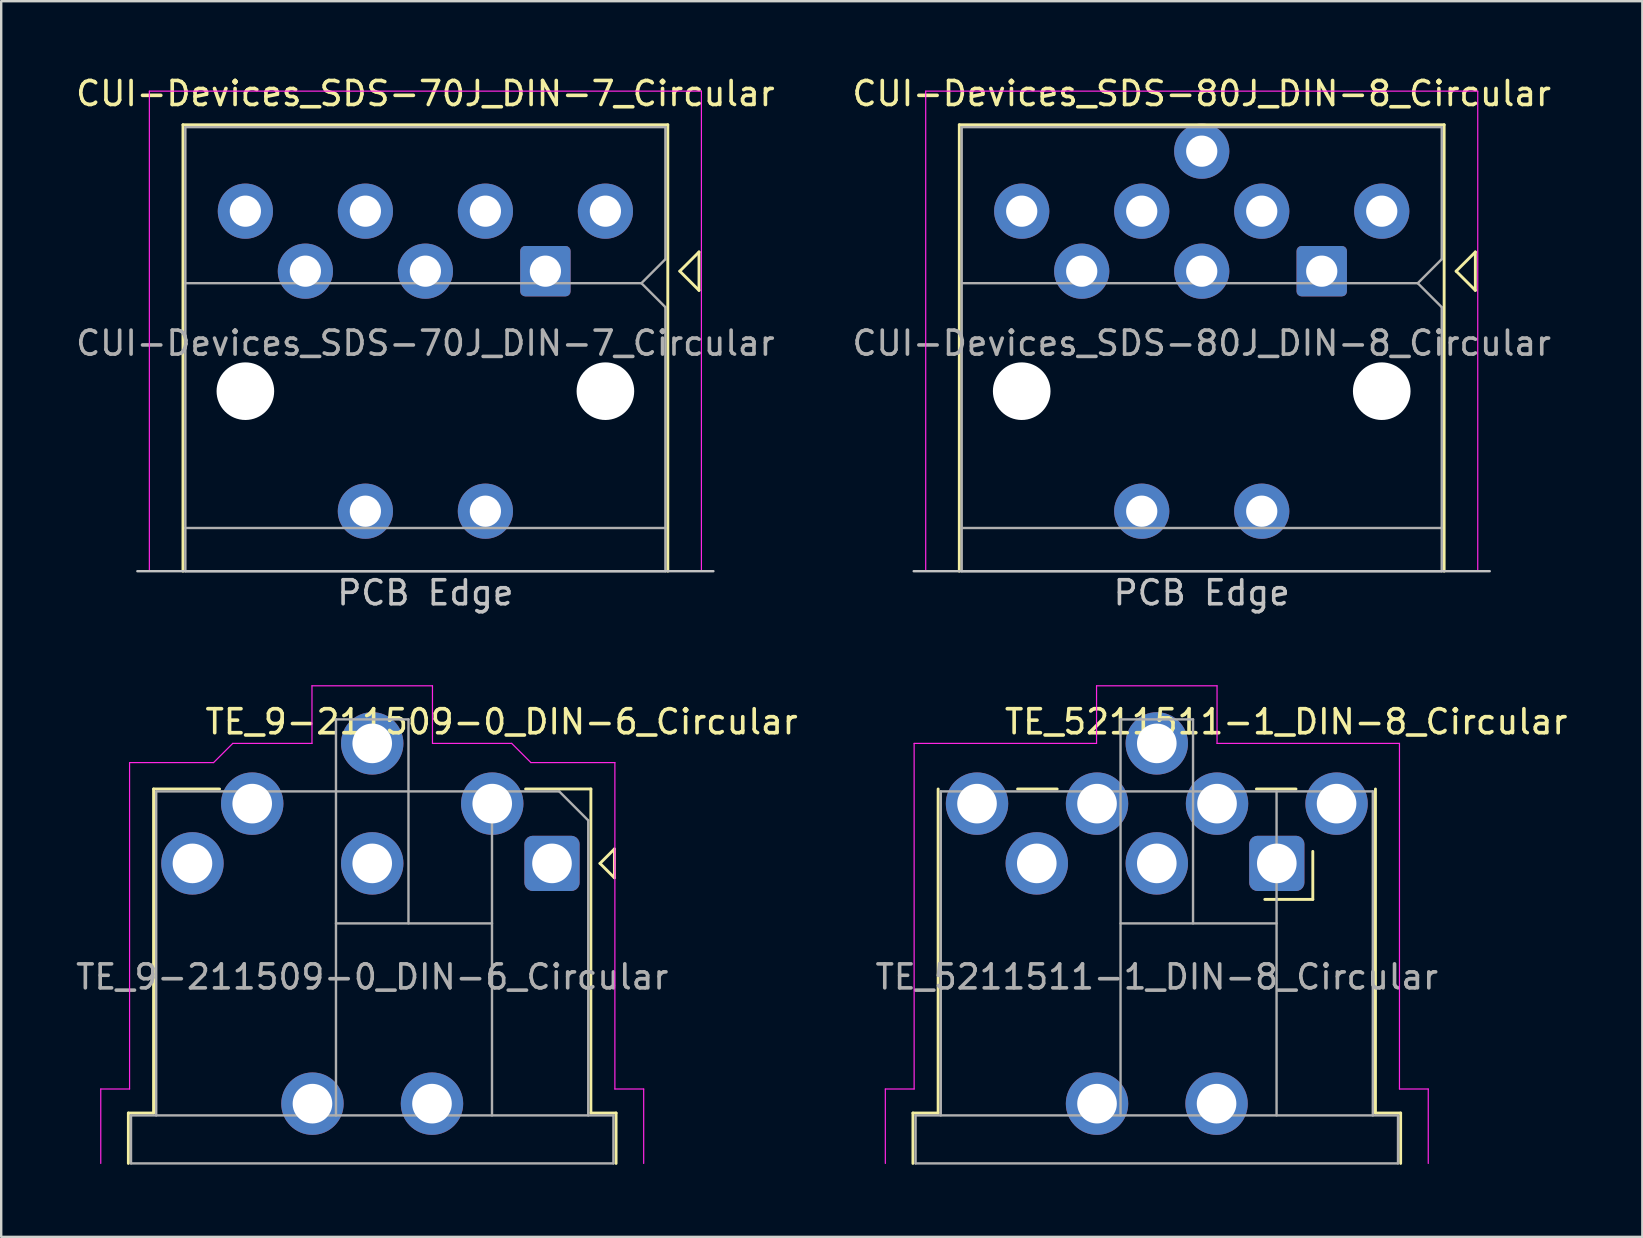
<source format=kicad_pcb>
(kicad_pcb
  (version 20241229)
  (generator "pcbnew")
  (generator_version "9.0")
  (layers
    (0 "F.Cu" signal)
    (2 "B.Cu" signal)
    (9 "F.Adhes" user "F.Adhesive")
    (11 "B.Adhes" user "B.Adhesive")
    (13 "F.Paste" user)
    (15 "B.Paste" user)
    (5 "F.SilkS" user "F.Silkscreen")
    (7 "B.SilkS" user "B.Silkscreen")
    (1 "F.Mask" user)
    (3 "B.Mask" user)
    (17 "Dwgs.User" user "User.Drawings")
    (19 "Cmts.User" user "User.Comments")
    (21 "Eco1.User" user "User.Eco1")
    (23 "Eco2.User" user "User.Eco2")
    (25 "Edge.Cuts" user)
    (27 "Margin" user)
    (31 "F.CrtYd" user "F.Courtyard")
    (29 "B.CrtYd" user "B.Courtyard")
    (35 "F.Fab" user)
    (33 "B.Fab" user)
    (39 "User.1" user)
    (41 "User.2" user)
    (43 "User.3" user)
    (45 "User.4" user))
  (footprint "TE_5211511-1_DIN-8_Circular"
    (layer "F.Cu")
    (at 50.146 32.922)
    (property "Reference" "TE_5211511-1_DIN-8_Circular" (at 0.39 -5.9 0) (layer "F.SilkS") (effects (font (size 1 1) (thickness 0.15))))
    (attr through_hole)
    (fp_line (start -15.16 10.4) (end -14.11 10.4) (stroke (width 0.12) (type solid)) (layer "F.SilkS"))
    (fp_line (start -15.16 12.5) (end -15.16 10.4) (stroke (width 0.12) (type solid)) (layer "F.SilkS"))
    (fp_line (start -14.11 10.4) (end -14.11 -3.1) (stroke (width 0.12) (type solid)) (layer "F.SilkS"))
    (fp_line (start -9.15 -3.1) (end -10.8 -3.1) (stroke (width 0.12) (type solid)) (layer "F.SilkS"))
    (fp_line (start 0.8 -3.1) (end -0.85 -3.1) (stroke (width 0.12) (type solid)) (layer "F.SilkS"))
    (fp_line (start 1.5 -0.5) (end 1.5 1.5) (stroke (width 0.12) (type solid)) (layer "F.SilkS"))
    (fp_line (start 1.5 1.5) (end -0.5 1.5) (stroke (width 0.12) (type solid)) (layer "F.SilkS"))
    (fp_line (start 4.11 10.4) (end 4.11 -3.1) (stroke (width 0.12) (type solid)) (layer "F.SilkS"))
    (fp_line (start 5.16 10.4) (end 4.11 10.4) (stroke (width 0.12) (type solid)) (layer "F.SilkS"))
    (fp_line (start 5.16 12.5) (end 5.16 10.4) (stroke (width 0.12) (type solid)) (layer "F.SilkS"))
    (fp_line (start -16.31 9.4) (end -15.11 9.4) (stroke (width 0.05) (type solid)) (layer "F.CrtYd"))
    (fp_line (start -16.31 12.5) (end -16.31 9.4) (stroke (width 0.05) (type solid)) (layer "F.CrtYd"))
    (fp_line (start -15.11 -5) (end -7.51 -5) (stroke (width 0.05) (type solid)) (layer "F.CrtYd"))
    (fp_line (start -15.11 9.4) (end -15.11 -5) (stroke (width 0.05) (type solid)) (layer "F.CrtYd"))
    (fp_line (start -7.51 -7.4) (end -2.49 -7.4) (stroke (width 0.05) (type solid)) (layer "F.CrtYd"))
    (fp_line (start -7.51 -5) (end -7.51 -7.4) (stroke (width 0.05) (type solid)) (layer "F.CrtYd"))
    (fp_line (start -2.49 -7.4) (end -2.49 -5) (stroke (width 0.05) (type solid)) (layer "F.CrtYd"))
    (fp_line (start -2.49 -5) (end 5.11 -5) (stroke (width 0.05) (type solid)) (layer "F.CrtYd"))
    (fp_line (start 5.11 -5) (end 5.11 9.4) (stroke (width 0.05) (type solid)) (layer "F.CrtYd"))
    (fp_line (start 5.11 9.4) (end 6.31 9.4) (stroke (width 0.05) (type solid)) (layer "F.CrtYd"))
    (fp_line (start 6.31 9.4) (end 6.31 12.5) (stroke (width 0.05) (type solid)) (layer "F.CrtYd"))
    (fp_line (start -15.05 10.5) (end 5.05 10.5) (stroke (width 0.1) (type solid)) (layer "F.Fab"))
    (fp_line (start -15.05 12.5) (end -15.05 10.5) (stroke (width 0.1) (type solid)) (layer "F.Fab"))
    (fp_line (start -15.05 12.5) (end 5.05 12.5) (stroke (width 0.1) (type solid)) (layer "F.Fab"))
    (fp_line (start -14 -3) (end -14 10.5) (stroke (width 0.1) (type solid)) (layer "F.Fab"))
    (fp_line (start -14 -3) (end 4 -3) (stroke (width 0.1) (type solid)) (layer "F.Fab"))
    (fp_line (start -6.51 -6) (end -6.51 10.5) (stroke (width 0.1) (type solid)) (layer "F.Fab"))
    (fp_line (start -6.51 -6) (end -3.49 -6) (stroke (width 0.1) (type solid)) (layer "F.Fab"))
    (fp_line (start -6.51 2.5) (end -0.01 2.5) (stroke (width 0.1) (type solid)) (layer "F.Fab"))
    (fp_line (start -3.49 2.5) (end -3.49 -6) (stroke (width 0.1) (type solid)) (layer "F.Fab"))
    (fp_line (start -0.01 -3) (end -0.01 10.5) (stroke (width 0.1) (type solid)) (layer "F.Fab"))
    (fp_line (start 4 -3) (end 4 10.5) (stroke (width 0.1) (type solid)) (layer "F.Fab"))
    (fp_line (start 5.05 12.5) (end 5.05 10.5) (stroke (width 0.1) (type solid)) (layer "F.Fab"))
    (fp_text user "${REFERENCE}" (at -5 4.73 0) (layer "F.Fab") (effects (font (size 1 1) (thickness 0.15))))
    (pad "0" thru_hole circle (at -7.49 10.01) (size 2.6 2.6) (drill 1.65) (layers "*.Cu" "*.Mask"))
    (pad "0" thru_hole circle (at -2.51 10.01) (size 2.6 2.6) (drill 1.65) (layers "*.Cu" "*.Mask"))
    (pad "1" thru_hole roundrect (at 0 0) (size 2.3 2.3) (drill 1.65) (layers "*.Cu" "*.Mask") (roundrect_rratio 0.15))
    (pad "2" thru_hole circle (at -5 0) (size 2.6 2.6) (drill 1.65) (layers "*.Cu" "*.Mask"))
    (pad "3" thru_hole circle (at -10 0) (size 2.6 2.6) (drill 1.65) (layers "*.Cu" "*.Mask"))
    (pad "4" thru_hole circle (at -2.49 -2.49) (size 2.6 2.6) (drill 1.65) (layers "*.Cu" "*.Mask"))
    (pad "5" thru_hole circle (at -7.49 -2.49) (size 2.6 2.6) (drill 1.65) (layers "*.Cu" "*.Mask"))
    (pad "6" thru_hole circle (at 2.49 -2.49) (size 2.6 2.6) (drill 1.65) (layers "*.Cu" "*.Mask"))
    (pad "7" thru_hole circle (at -12.49 -2.49) (size 2.6 2.6) (drill 1.65) (layers "*.Cu" "*.Mask"))
    (pad "8" thru_hole circle (at -5 -5) (size 2.6 2.6) (drill 1.65) (layers "*.Cu" "*.Mask")))
  (footprint "CUI-Devices_SDS-70J_DIN-7_Circular"
    (layer "F.Cu")
    (at 19.673 8.248)
    (property "Reference" "CUI-Devices_SDS-70J_DIN-7_Circular" (at -5 -7.4 0) (layer "F.SilkS") (effects (font (size 1 1) (thickness 0.15))))
    (attr through_hole)
    (fp_line (start -15.1 -6.1) (end -15.1 12.5) (stroke (width 0.12) (type solid)) (layer "F.SilkS"))
    (fp_line (start 5.1 -6.1) (end -15.1 -6.1) (stroke (width 0.12) (type solid)) (layer "F.SilkS"))
    (fp_line (start 5.1 12.5) (end 5.1 -6.1) (stroke (width 0.12) (type solid)) (layer "F.SilkS"))
    (fp_line (start 5.6 0) (end 6.4 -0.8) (stroke (width 0.12) (type solid)) (layer "F.SilkS"))
    (fp_line (start 6.4 -0.8) (end 6.4 0.8) (stroke (width 0.12) (type solid)) (layer "F.SilkS"))
    (fp_line (start 6.4 0.8) (end 5.6 0) (stroke (width 0.12) (type solid)) (layer "F.SilkS"))
    (fp_line (start -17 12.5) (end 7 12.5) (stroke (width 0.1) (type solid)) (layer "Dwgs.User"))
    (fp_line (start -16.5 -7.5) (end -16.5 12.5) (stroke (width 0.05) (type solid)) (layer "F.CrtYd"))
    (fp_line (start 6.5 -7.5) (end -16.5 -7.5) (stroke (width 0.05) (type solid)) (layer "F.CrtYd"))
    (fp_line (start 6.5 12.5) (end 6.5 -7.5) (stroke (width 0.05) (type solid)) (layer "F.CrtYd"))
    (fp_line (start -15 0.5) (end 4 0.5) (stroke (width 0.1) (type solid)) (layer "F.Fab"))
    (fp_line (start -15 10.7) (end -15 -6) (stroke (width 0.1) (type solid)) (layer "F.Fab"))
    (fp_line (start -15 10.7) (end -15 12.5) (stroke (width 0.1) (type solid)) (layer "F.Fab"))
    (fp_line (start 4 0.5) (end 5 -0.5) (stroke (width 0.1) (type solid)) (layer "F.Fab"))
    (fp_line (start 4 0.5) (end 5 1.5) (stroke (width 0.1) (type solid)) (layer "F.Fab"))
    (fp_line (start 5 -6) (end -15 -6) (stroke (width 0.1) (type solid)) (layer "F.Fab"))
    (fp_line (start 5 -0.5) (end 5 -6) (stroke (width 0.1) (type solid)) (layer "F.Fab"))
    (fp_line (start 5 10.7) (end -15 10.7) (stroke (width 0.1) (type solid)) (layer "F.Fab"))
    (fp_line (start 5 10.7) (end 5 1.5) (stroke (width 0.1) (type solid)) (layer "F.Fab"))
    (fp_line (start 5 10.7) (end 5 12.5) (stroke (width 0.1) (type solid)) (layer "F.Fab"))
    (fp_line (start 5 12.5) (end -15 12.5) (stroke (width 0.1) (type solid)) (layer "F.Fab"))
    (fp_text user "PCB Edge" (at -5 13.4 0) (layer "Dwgs.User") (effects (font (size 1 1) (thickness 0.15))))
    (fp_text user "${REFERENCE}" (at -5 3 0) (layer "F.Fab") (effects (font (size 1 1) (thickness 0.15))))
    (pad "" np_thru_hole circle (at -12.5 5) (size 2.4 2.4) (drill 2.4) (layers "*.Cu" "*.Mask"))
    (pad "" np_thru_hole circle (at 2.5 5) (size 2.4 2.4) (drill 2.4) (layers "*.Cu" "*.Mask"))
    (pad "0" thru_hole circle (at -7.5 10) (size 2.3 2.3) (drill 1.3) (layers "*.Cu" "*.Mask"))
    (pad "0" thru_hole circle (at -2.5 10) (size 2.3 2.3) (drill 1.3) (layers "*.Cu" "*.Mask"))
    (pad "1" thru_hole roundrect (at 0 0) (size 2.1 2.1) (drill 1.3) (layers "*.Cu" "*.Mask") (roundrect_rratio 0.1))
    (pad "2" thru_hole circle (at -5 0) (size 2.3 2.3) (drill 1.3) (layers "*.Cu" "*.Mask"))
    (pad "3" thru_hole circle (at -10 0) (size 2.3 2.3) (drill 1.3) (layers "*.Cu" "*.Mask"))
    (pad "4" thru_hole circle (at -2.5 -2.5) (size 2.3 2.3) (drill 1.3) (layers "*.Cu" "*.Mask"))
    (pad "5" thru_hole circle (at -7.5 -2.5) (size 2.3 2.3) (drill 1.3) (layers "*.Cu" "*.Mask"))
    (pad "6" thru_hole circle (at 2.5 -2.5) (size 2.3 2.3) (drill 1.3) (layers "*.Cu" "*.Mask"))
    (pad "7" thru_hole circle (at -12.5 -2.5) (size 2.3 2.3) (drill 1.3) (layers "*.Cu" "*.Mask")))
  (footprint "TE_9-211509-0_DIN-6_Circular"
    (layer "F.Cu")
    (at 19.948 32.922)
    (property "Reference" "TE_9-211509-0_DIN-6_Circular" (at -2.1 -5.9 0) (layer "F.SilkS") (effects (font (size 1 1) (thickness 0.15))))
    (attr through_hole)
    (fp_line (start -17.65 10.4) (end -16.6 10.4) (stroke (width 0.12) (type solid)) (layer "F.SilkS"))
    (fp_line (start -17.65 12.5) (end -17.65 10.4) (stroke (width 0.12) (type solid)) (layer "F.SilkS"))
    (fp_line (start -16.6 -3.1) (end -13.85 -3.1) (stroke (width 0.12) (type solid)) (layer "F.SilkS"))
    (fp_line (start -16.6 10.4) (end -16.6 -3.1) (stroke (width 0.12) (type solid)) (layer "F.SilkS"))
    (fp_line (start 1.62 -3.1) (end -1.1 -3.1) (stroke (width 0.12) (type solid)) (layer "F.SilkS"))
    (fp_line (start 1.62 10.4) (end 1.62 -3.1) (stroke (width 0.12) (type solid)) (layer "F.SilkS"))
    (fp_line (start 2 0) (end 2.6 -0.6) (stroke (width 0.12) (type solid)) (layer "F.SilkS"))
    (fp_line (start 2.6 -0.6) (end 2.6 0.6) (stroke (width 0.12) (type solid)) (layer "F.SilkS"))
    (fp_line (start 2.6 0.6) (end 2 0) (stroke (width 0.12) (type solid)) (layer "F.SilkS"))
    (fp_line (start 2.67 10.4) (end 1.62 10.4) (stroke (width 0.12) (type solid)) (layer "F.SilkS"))
    (fp_line (start 2.67 12.5) (end 2.67 10.4) (stroke (width 0.12) (type solid)) (layer "F.SilkS"))
    (fp_line (start -18.8 9.4) (end -17.6 9.4) (stroke (width 0.05) (type solid)) (layer "F.CrtYd"))
    (fp_line (start -18.8 12.5) (end -18.8 9.4) (stroke (width 0.05) (type solid)) (layer "F.CrtYd"))
    (fp_line (start -17.6 -4.2) (end -14.1 -4.2) (stroke (width 0.05) (type solid)) (layer "F.CrtYd"))
    (fp_line (start -17.6 9.4) (end -17.6 -4.2) (stroke (width 0.05) (type solid)) (layer "F.CrtYd"))
    (fp_line (start -14.1 -4.2) (end -13.3 -5) (stroke (width 0.05) (type solid)) (layer "F.CrtYd"))
    (fp_line (start -13.3 -5) (end -10 -5) (stroke (width 0.05) (type solid)) (layer "F.CrtYd"))
    (fp_line (start -10 -7.4) (end -4.98 -7.4) (stroke (width 0.05) (type solid)) (layer "F.CrtYd"))
    (fp_line (start -10 -5) (end -10 -7.4) (stroke (width 0.05) (type solid)) (layer "F.CrtYd"))
    (fp_line (start -4.98 -7.4) (end -4.98 -5) (stroke (width 0.05) (type solid)) (layer "F.CrtYd"))
    (fp_line (start -4.98 -5) (end -1.68 -5) (stroke (width 0.05) (type solid)) (layer "F.CrtYd"))
    (fp_line (start -1.68 -5) (end -0.88 -4.2) (stroke (width 0.05) (type solid)) (layer "F.CrtYd"))
    (fp_line (start -0.88 -4.2) (end 2.62 -4.2) (stroke (width 0.05) (type solid)) (layer "F.CrtYd"))
    (fp_line (start 2.62 -4.2) (end 2.62 9.4) (stroke (width 0.05) (type solid)) (layer "F.CrtYd"))
    (fp_line (start 2.62 9.4) (end 3.82 9.4) (stroke (width 0.05) (type solid)) (layer "F.CrtYd"))
    (fp_line (start 3.82 9.4) (end 3.82 12.5) (stroke (width 0.05) (type solid)) (layer "F.CrtYd"))
    (fp_line (start -17.54 10.5) (end 2.56 10.5) (stroke (width 0.1) (type solid)) (layer "F.Fab"))
    (fp_line (start -17.54 12.5) (end -17.54 10.5) (stroke (width 0.1) (type solid)) (layer "F.Fab"))
    (fp_line (start -17.54 12.5) (end 2.56 12.5) (stroke (width 0.1) (type solid)) (layer "F.Fab"))
    (fp_line (start -16.49 -3) (end -16.49 10.5) (stroke (width 0.1) (type solid)) (layer "F.Fab"))
    (fp_line (start -16.49 -3) (end 0.3 -3) (stroke (width 0.1) (type solid)) (layer "F.Fab"))
    (fp_line (start -9 -6) (end -9 10.5) (stroke (width 0.1) (type solid)) (layer "F.Fab"))
    (fp_line (start -9 -6) (end -5.98 -6) (stroke (width 0.1) (type solid)) (layer "F.Fab"))
    (fp_line (start -9 2.5) (end -2.5 2.5) (stroke (width 0.1) (type solid)) (layer "F.Fab"))
    (fp_line (start -5.98 2.5) (end -5.98 -6) (stroke (width 0.1) (type solid)) (layer "F.Fab"))
    (fp_line (start -2.5 -3) (end -2.5 10.5) (stroke (width 0.1) (type solid)) (layer "F.Fab"))
    (fp_line (start 0.3 -3) (end 1.51 -1.79) (stroke (width 0.1) (type solid)) (layer "F.Fab"))
    (fp_line (start 1.51 -1.79) (end 1.51 10.5) (stroke (width 0.1) (type solid)) (layer "F.Fab"))
    (fp_line (start 2.56 12.5) (end 2.56 10.5) (stroke (width 0.1) (type solid)) (layer "F.Fab"))
    (fp_text user "${REFERENCE}" (at -7.49 4.73 0) (layer "F.Fab") (effects (font (size 1 1) (thickness 0.15))))
    (pad "0" thru_hole circle (at -9.98 10.01) (size 2.6 2.6) (drill 1.65) (layers "*.Cu" "*.Mask"))
    (pad "0" thru_hole circle (at -5 10.01) (size 2.6 2.6) (drill 1.65) (layers "*.Cu" "*.Mask"))
    (pad "1" thru_hole roundrect (at 0 0) (size 2.3 2.3) (drill 1.65) (layers "*.Cu" "*.Mask") (roundrect_rratio 0.15))
    (pad "2" thru_hole circle (at -2.49 -2.49) (size 2.6 2.6) (drill 1.65) (layers "*.Cu" "*.Mask"))
    (pad "3" thru_hole circle (at -7.49 0) (size 2.6 2.6) (drill 1.65) (layers "*.Cu" "*.Mask"))
    (pad "4" thru_hole circle (at -12.49 -2.49) (size 2.6 2.6) (drill 1.65) (layers "*.Cu" "*.Mask"))
    (pad "5" thru_hole circle (at -14.98 0) (size 2.6 2.6) (drill 1.65) (layers "*.Cu" "*.Mask"))
    (pad "6" thru_hole circle (at -7.49 -5) (size 2.6 2.6) (drill 1.65) (layers "*.Cu" "*.Mask")))
  (footprint "CUI-Devices_SDS-80J_DIN-8_Circular"
    (layer "F.Cu")
    (at 52.018 8.248)
    (property "Reference" "CUI-Devices_SDS-80J_DIN-8_Circular" (at -5 -7.4 0) (layer "F.SilkS") (effects (font (size 1 1) (thickness 0.15))))
    (attr through_hole)
    (fp_line (start -15.1 -6.1) (end -15.1 12.5) (stroke (width 0.12) (type solid)) (layer "F.SilkS"))
    (fp_line (start 5.1 -6.1) (end -15.1 -6.1) (stroke (width 0.12) (type solid)) (layer "F.SilkS"))
    (fp_line (start 5.1 12.5) (end 5.1 -6.1) (stroke (width 0.12) (type solid)) (layer "F.SilkS"))
    (fp_line (start 5.6 0) (end 6.4 -0.8) (stroke (width 0.12) (type solid)) (layer "F.SilkS"))
    (fp_line (start 6.4 -0.8) (end 6.4 0.8) (stroke (width 0.12) (type solid)) (layer "F.SilkS"))
    (fp_line (start 6.4 0.8) (end 5.6 0) (stroke (width 0.12) (type solid)) (layer "F.SilkS"))
    (fp_line (start -17 12.5) (end 7 12.5) (stroke (width 0.1) (type solid)) (layer "Dwgs.User"))
    (fp_line (start -16.5 -7.5) (end -16.5 12.5) (stroke (width 0.05) (type solid)) (layer "F.CrtYd"))
    (fp_line (start 6.5 -7.5) (end -16.5 -7.5) (stroke (width 0.05) (type solid)) (layer "F.CrtYd"))
    (fp_line (start 6.5 12.5) (end 6.5 -7.5) (stroke (width 0.05) (type solid)) (layer "F.CrtYd"))
    (fp_line (start -15 0.5) (end 4 0.5) (stroke (width 0.1) (type solid)) (layer "F.Fab"))
    (fp_line (start -15 10.7) (end -15 -6) (stroke (width 0.1) (type solid)) (layer "F.Fab"))
    (fp_line (start -15 10.7) (end -15 12.5) (stroke (width 0.1) (type solid)) (layer "F.Fab"))
    (fp_line (start 4 0.5) (end 5 -0.5) (stroke (width 0.1) (type solid)) (layer "F.Fab"))
    (fp_line (start 4 0.5) (end 5 1.5) (stroke (width 0.1) (type solid)) (layer "F.Fab"))
    (fp_line (start 5 -6) (end -15 -6) (stroke (width 0.1) (type solid)) (layer "F.Fab"))
    (fp_line (start 5 -0.5) (end 5 -6) (stroke (width 0.1) (type solid)) (layer "F.Fab"))
    (fp_line (start 5 10.7) (end -15 10.7) (stroke (width 0.1) (type solid)) (layer "F.Fab"))
    (fp_line (start 5 10.7) (end 5 1.5) (stroke (width 0.1) (type solid)) (layer "F.Fab"))
    (fp_line (start 5 10.7) (end 5 12.5) (stroke (width 0.1) (type solid)) (layer "F.Fab"))
    (fp_line (start 5 12.5) (end -15 12.5) (stroke (width 0.1) (type solid)) (layer "F.Fab"))
    (fp_text user "PCB Edge" (at -5 13.4 0) (layer "Dwgs.User") (effects (font (size 1 1) (thickness 0.15))))
    (fp_text user "${REFERENCE}" (at -5 3 0) (layer "F.Fab") (effects (font (size 1 1) (thickness 0.15))))
    (pad "" np_thru_hole circle (at -12.5 5) (size 2.4 2.4) (drill 2.4) (layers "*.Cu" "*.Mask"))
    (pad "" np_thru_hole circle (at 2.5 5) (size 2.4 2.4) (drill 2.4) (layers "*.Cu" "*.Mask"))
    (pad "0" thru_hole circle (at -7.5 10) (size 2.3 2.3) (drill 1.3) (layers "*.Cu" "*.Mask"))
    (pad "0" thru_hole circle (at -2.5 10) (size 2.3 2.3) (drill 1.3) (layers "*.Cu" "*.Mask"))
    (pad "1" thru_hole roundrect (at 0 0) (size 2.1 2.1) (drill 1.3) (layers "*.Cu" "*.Mask") (roundrect_rratio 0.1))
    (pad "2" thru_hole circle (at -5 0) (size 2.3 2.3) (drill 1.3) (layers "*.Cu" "*.Mask"))
    (pad "3" thru_hole circle (at -10 0) (size 2.3 2.3) (drill 1.3) (layers "*.Cu" "*.Mask"))
    (pad "4" thru_hole circle (at -2.5 -2.5) (size 2.3 2.3) (drill 1.3) (layers "*.Cu" "*.Mask"))
    (pad "5" thru_hole circle (at -7.5 -2.5) (size 2.3 2.3) (drill 1.3) (layers "*.Cu" "*.Mask"))
    (pad "6" thru_hole circle (at 2.5 -2.5) (size 2.3 2.3) (drill 1.3) (layers "*.Cu" "*.Mask"))
    (pad "7" thru_hole circle (at -12.5 -2.5) (size 2.3 2.3) (drill 1.3) (layers "*.Cu" "*.Mask"))
    (pad "8" thru_hole circle (at -5 -5) (size 2.3 2.3) (drill 1.3) (layers "*.Cu" "*.Mask")))
  (gr_rect
    (start -3 -3)
    (end 65.375 48.481)
    (stroke (width 0.1) (type default))
    (fill no)
    (layer "Edge.Cuts")))
</source>
